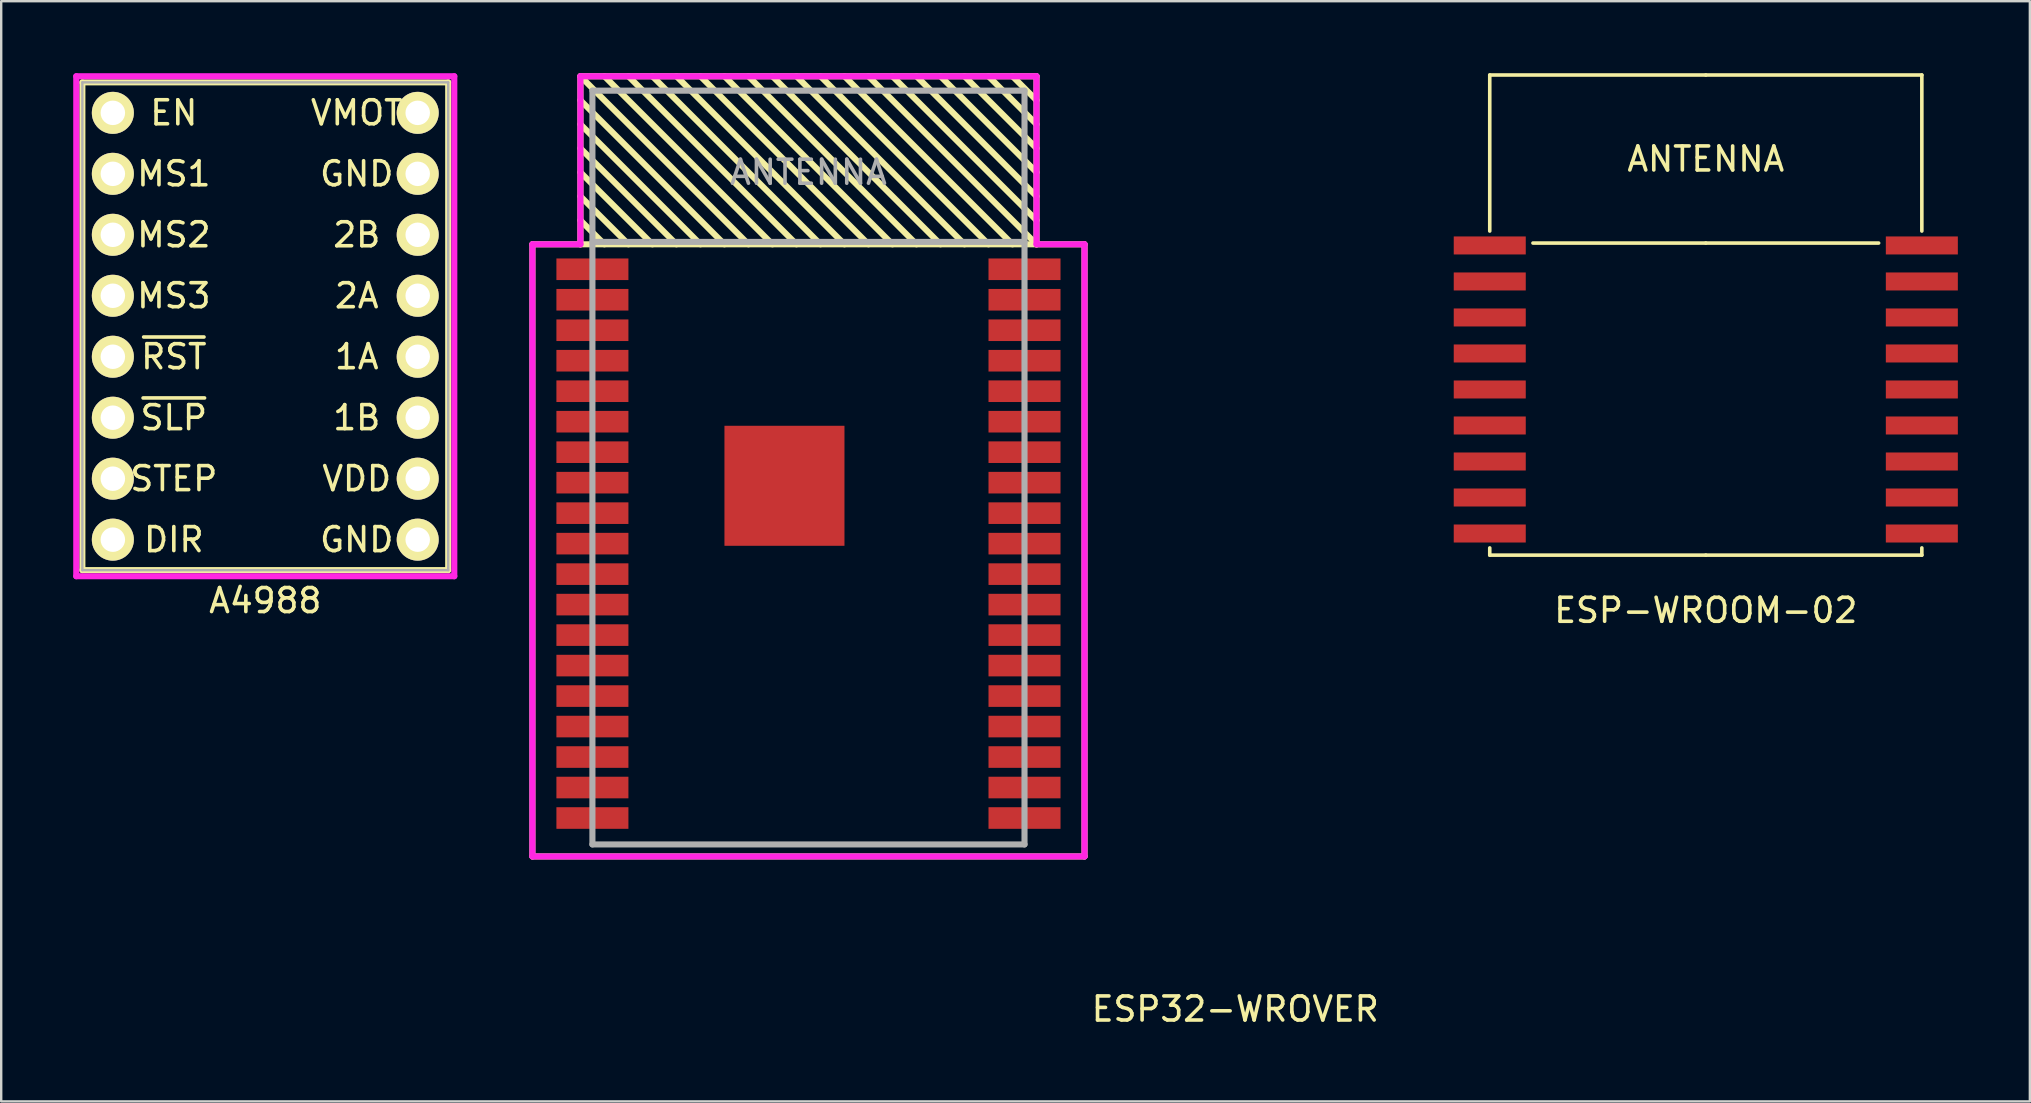
<source format=kicad_pcb>
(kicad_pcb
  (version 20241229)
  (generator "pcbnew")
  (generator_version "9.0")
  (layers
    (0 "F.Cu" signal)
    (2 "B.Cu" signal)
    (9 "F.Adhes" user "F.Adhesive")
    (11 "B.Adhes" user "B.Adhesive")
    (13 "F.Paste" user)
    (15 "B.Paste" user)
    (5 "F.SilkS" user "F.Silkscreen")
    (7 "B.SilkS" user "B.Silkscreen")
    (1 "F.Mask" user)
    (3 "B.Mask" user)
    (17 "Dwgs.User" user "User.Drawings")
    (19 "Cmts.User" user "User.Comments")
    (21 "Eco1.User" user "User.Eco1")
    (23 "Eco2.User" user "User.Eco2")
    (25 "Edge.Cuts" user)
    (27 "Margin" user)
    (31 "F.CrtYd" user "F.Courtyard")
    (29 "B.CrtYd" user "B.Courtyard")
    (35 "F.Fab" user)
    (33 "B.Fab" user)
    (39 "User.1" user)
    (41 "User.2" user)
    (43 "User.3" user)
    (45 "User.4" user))
  (footprint "A4988"
    (layer "F.Cu")
    (at 8.001 10.541)
    (property "Reference" "A4988" (at 0 11.43 0) (layer "F.SilkS") (effects (font (size 1 1) (thickness 0.15))))
    (attr through_hole)
    (fp_line (start -7.62 -10.16) (end -7.62 10.16) (stroke (width 0.254) (type solid)) (layer "F.SilkS"))
    (fp_line (start -7.62 10.16) (end 7.62 10.16) (stroke (width 0.254) (type solid)) (layer "F.SilkS"))
    (fp_line (start 7.62 -10.16) (end -7.62 -10.16) (stroke (width 0.254) (type solid)) (layer "F.SilkS"))
    (fp_line (start 7.62 10.16) (end 7.62 -10.16) (stroke (width 0.254) (type solid)) (layer "F.SilkS"))
    (fp_line (start -7.874 -10.414) (end -7.874 10.414) (stroke (width 0.254) (type solid)) (layer "F.CrtYd"))
    (fp_line (start -7.874 10.414) (end 7.874 10.414) (stroke (width 0.254) (type solid)) (layer "F.CrtYd"))
    (fp_line (start 7.874 -10.414) (end -7.874 -10.414) (stroke (width 0.254) (type solid)) (layer "F.CrtYd"))
    (fp_line (start 7.874 10.414) (end 7.874 -10.414) (stroke (width 0.254) (type solid)) (layer "F.CrtYd"))
    (fp_line (start -7.62 -10.16) (end 7.62 -10.16) (stroke (width 0.1) (type solid)) (layer "F.Fab"))
    (fp_line (start -7.62 10.16) (end -7.62 -10.16) (stroke (width 0.1) (type solid)) (layer "F.Fab"))
    (fp_line (start 7.62 -10.16) (end 7.62 10.16) (stroke (width 0.1) (type solid)) (layer "F.Fab"))
    (fp_line (start 7.62 10.16) (end -7.62 10.16) (stroke (width 0.1) (type solid)) (layer "F.Fab"))
    (fp_text user "GND" (at 3.81 8.89 0) (layer "F.SilkS") (effects (font (size 1 1) (thickness 0.15))))
    (fp_text user "2A" (at 3.81 -1.27 0) (layer "F.SilkS") (effects (font (size 1 1) (thickness 0.15))))
    (fp_text user "GND" (at 3.81 -6.35 0) (layer "F.SilkS") (effects (font (size 1 1) (thickness 0.15))))
    (fp_text user "~{RST}" (at -3.81 1.27 0) (layer "F.SilkS") (effects (font (size 1 1) (thickness 0.15))))
    (fp_text user "VMOT" (at 3.81 -8.89 0) (layer "F.SilkS") (effects (font (size 1 1) (thickness 0.15))))
    (fp_text user "1A" (at 3.81 1.27 0) (layer "F.SilkS") (effects (font (size 1 1) (thickness 0.15))))
    (fp_text user "2B" (at 3.81 -3.81 0) (layer "F.SilkS") (effects (font (size 1 1) (thickness 0.15))))
    (fp_text user "DIR" (at -3.81 8.89 0) (layer "F.SilkS") (effects (font (size 1 1) (thickness 0.15))))
    (fp_text user "VDD" (at 3.81 6.35 0) (layer "F.SilkS") (effects (font (size 1 1) (thickness 0.15))))
    (fp_text user "STEP" (at -3.81 6.35 0) (layer "F.SilkS") (effects (font (size 1 1) (thickness 0.15))))
    (fp_text user "1B" (at 3.81 3.81 0) (layer "F.SilkS") (effects (font (size 1 1) (thickness 0.15))))
    (fp_text user "~{SLP}" (at -3.81 3.81 0) (layer "F.SilkS") (effects (font (size 1 1) (thickness 0.15))))
    (fp_text user "MS3" (at -3.81 -1.27 0) (layer "F.SilkS") (effects (font (size 1 1) (thickness 0.15))))
    (fp_text user "MS2" (at -3.81 -3.81 0) (layer "F.SilkS") (effects (font (size 1 1) (thickness 0.15))))
    (fp_text user "MS1" (at -3.81 -6.35 0) (layer "F.SilkS") (effects (font (size 1 1) (thickness 0.15))))
    (fp_text user "EN" (at -3.81 -8.89 0) (layer "F.SilkS") (effects (font (size 1 1) (thickness 0.15))))
    (pad "1" thru_hole circle (at -6.35 -8.89) (size 1.75 1.75) (drill 1.02) (layers "*.Cu" "*.Mask" "F.SilkS"))
    (pad "2" thru_hole circle (at -6.35 -6.35) (size 1.75 1.75) (drill 1.02) (layers "*.Cu" "*.Mask" "F.SilkS"))
    (pad "3" thru_hole circle (at -6.35 -3.81) (size 1.75 1.75) (drill 1.02) (layers "*.Cu" "*.Mask" "F.SilkS"))
    (pad "4" thru_hole circle (at -6.35 -1.27) (size 1.75 1.75) (drill 1.02) (layers "*.Cu" "*.Mask" "F.SilkS"))
    (pad "5" thru_hole circle (at -6.35 1.27) (size 1.75 1.75) (drill 1.02) (layers "*.Cu" "*.Mask" "F.SilkS"))
    (pad "6" thru_hole circle (at -6.35 3.81) (size 1.75 1.75) (drill 1.02) (layers "*.Cu" "*.Mask" "F.SilkS"))
    (pad "7" thru_hole circle (at -6.35 6.35) (size 1.75 1.75) (drill 1.02) (layers "*.Cu" "*.Mask" "F.SilkS"))
    (pad "8" thru_hole circle (at -6.35 8.89) (size 1.75 1.75) (drill 1.02) (layers "*.Cu" "*.Mask" "F.SilkS"))
    (pad "9" thru_hole circle (at 6.35 8.89) (size 1.75 1.75) (drill 1.02) (layers "*.Cu" "*.Mask" "F.SilkS"))
    (pad "10" thru_hole circle (at 6.35 6.35) (size 1.75 1.75) (drill 1.02) (layers "*.Cu" "*.Mask" "F.SilkS"))
    (pad "11" thru_hole circle (at 6.35 3.81) (size 1.75 1.75) (drill 1.02) (layers "*.Cu" "*.Mask" "F.SilkS"))
    (pad "12" thru_hole circle (at 6.35 1.27) (size 1.75 1.75) (drill 1.02) (layers "*.Cu" "*.Mask" "F.SilkS"))
    (pad "13" thru_hole circle (at 6.35 -1.27) (size 1.75 1.75) (drill 1.02) (layers "*.Cu" "*.Mask" "F.SilkS"))
    (pad "14" thru_hole circle (at 6.35 -3.81) (size 1.75 1.75) (drill 1.02) (layers "*.Cu" "*.Mask" "F.SilkS"))
    (pad "15" thru_hole circle (at 6.35 -6.35) (size 1.75 1.75) (drill 1.02) (layers "*.Cu" "*.Mask" "F.SilkS"))
    (pad "16" thru_hole circle (at 6.35 -8.89) (size 1.75 1.75) (drill 1.02) (layers "*.Cu" "*.Mask" "F.SilkS")))
  (footprint "ESP-WROOM-02"
    (layer "F.Cu")
    (at 68.01 20.075)
    (property "Reference" "ESP-WROOM-02" (at 0 2.3 0) (layer "F.SilkS") (effects (font (size 1 1) (thickness 0.15))))
    (attr through_hole)
    (fp_line (start -9 -20) (end -9 -13.5) (stroke (width 0.15) (type solid)) (layer "F.SilkS"))
    (fp_line (start -9 0) (end -9 -0.3) (stroke (width 0.15) (type solid)) (layer "F.SilkS"))
    (fp_line (start -9 0) (end 0 0) (stroke (width 0.15) (type solid)) (layer "F.SilkS"))
    (fp_line (start -7.2 -13) (end 0 -13) (stroke (width 0.15) (type solid)) (layer "F.SilkS"))
    (fp_line (start 0 -20) (end -9 -20) (stroke (width 0.15) (type solid)) (layer "F.SilkS"))
    (fp_line (start 0 -13) (end 7.2 -13) (stroke (width 0.15) (type solid)) (layer "F.SilkS"))
    (fp_line (start 0 0) (end 9 0) (stroke (width 0.15) (type solid)) (layer "F.SilkS"))
    (fp_line (start 9 -20) (end 0 -20) (stroke (width 0.15) (type solid)) (layer "F.SilkS"))
    (fp_line (start 9 -20) (end 9 -13.5) (stroke (width 0.15) (type solid)) (layer "F.SilkS"))
    (fp_line (start 9 0) (end 9 -0.3) (stroke (width 0.15) (type solid)) (layer "F.SilkS"))
    (fp_text user "ANTENNA" (at 0 -16.5 0) (layer "F.SilkS") (effects (font (size 1 1) (thickness 0.15))))
    (pad "1" smd rect (at -9 -12.9) (size 3 0.75) (layers "F.Cu" "F.Mask" "F.Paste"))
    (pad "2" smd rect (at -9 -11.4) (size 3 0.75) (layers "F.Cu" "F.Mask" "F.Paste"))
    (pad "3" smd rect (at -9 -9.9) (size 3 0.75) (layers "F.Cu" "F.Mask" "F.Paste"))
    (pad "4" smd rect (at -9 -8.4) (size 3 0.75) (layers "F.Cu" "F.Mask" "F.Paste"))
    (pad "5" smd rect (at -9 -6.9) (size 3 0.75) (layers "F.Cu" "F.Mask" "F.Paste"))
    (pad "6" smd rect (at -9 -5.4) (size 3 0.75) (layers "F.Cu" "F.Mask" "F.Paste"))
    (pad "7" smd rect (at -9 -3.9) (size 3 0.75) (layers "F.Cu" "F.Mask" "F.Paste"))
    (pad "8" smd rect (at -9 -2.4) (size 3 0.75) (layers "F.Cu" "F.Mask" "F.Paste"))
    (pad "9" smd rect (at -9 -0.9) (size 3 0.75) (layers "F.Cu" "F.Mask" "F.Paste"))
    (pad "10" smd rect (at 9 -0.9) (size 3 0.75) (layers "F.Cu" "F.Mask" "F.Paste"))
    (pad "11" smd rect (at 9 -2.4) (size 3 0.75) (layers "F.Cu" "F.Mask" "F.Paste"))
    (pad "12" smd rect (at 9 -3.9) (size 3 0.75) (layers "F.Cu" "F.Mask" "F.Paste"))
    (pad "13" smd rect (at 9 -5.4) (size 3 0.75) (layers "F.Cu" "F.Mask" "F.Paste"))
    (pad "14" smd rect (at 9 -6.9) (size 3 0.75) (layers "F.Cu" "F.Mask" "F.Paste"))
    (pad "15" smd rect (at 9 -8.4) (size 3 0.75) (layers "F.Cu" "F.Mask" "F.Paste"))
    (pad "16" smd rect (at 9 -9.9) (size 3 0.75) (layers "F.Cu" "F.Mask" "F.Paste"))
    (pad "17" smd rect (at 9 -11.4) (size 3 0.75) (layers "F.Cu" "F.Mask" "F.Paste"))
    (pad "18" smd rect (at 9 -12.9) (size 3 0.75) (layers "F.Cu" "F.Mask" "F.Paste")))
  (footprint "ESP32-WROVER"
    (layer "F.Cu")
    (at 30.629 32.127)
    (property "Reference" "ESP32-WROVER" (at 17.78 6.858 0) (layer "F.SilkS") (effects (font (size 1 1) (thickness 0.15))))
    (attr through_hole)
    (fp_line (start -11.5 -25) (end -11.5 0.5) (stroke (width 0.254) (type solid)) (layer "F.SilkS"))
    (fp_line (start -11.5 -25) (end -9.5 -25) (stroke (width 0.254) (type solid)) (layer "F.SilkS"))
    (fp_line (start -11.5 0.5) (end 11.5 0.5) (stroke (width 0.254) (type solid)) (layer "F.SilkS"))
    (fp_line (start -9.5 -32) (end -9.5 -25) (stroke (width 0.254) (type solid)) (layer "F.SilkS"))
    (fp_line (start -9.5 -32) (end -2.5 -25) (stroke (width 0.254) (type solid)) (layer "F.SilkS"))
    (fp_line (start -9.5 -31) (end -3.5 -25) (stroke (width 0.254) (type solid)) (layer "F.SilkS"))
    (fp_line (start -9.5 -30) (end -4.5 -25) (stroke (width 0.254) (type solid)) (layer "F.SilkS"))
    (fp_line (start -9.5 -29) (end -5.5 -25) (stroke (width 0.254) (type solid)) (layer "F.SilkS"))
    (fp_line (start -9.5 -28) (end -6.5 -25) (stroke (width 0.254) (type solid)) (layer "F.SilkS"))
    (fp_line (start -9.5 -27) (end -7.5 -25) (stroke (width 0.254) (type solid)) (layer "F.SilkS"))
    (fp_line (start -9.5 -26) (end -8.5 -25) (stroke (width 0.254) (type solid)) (layer "F.SilkS"))
    (fp_line (start -9.5 -25) (end 9.5 -25) (stroke (width 0.254) (type solid)) (layer "F.SilkS"))
    (fp_line (start -8.5 -32) (end -1.5 -25) (stroke (width 0.254) (type solid)) (layer "F.SilkS"))
    (fp_line (start -7.5 -32) (end -0.5 -25) (stroke (width 0.254) (type solid)) (layer "F.SilkS"))
    (fp_line (start -6.5 -32) (end 0.5 -25) (stroke (width 0.254) (type solid)) (layer "F.SilkS"))
    (fp_line (start -5.5 -32) (end 1.5 -25) (stroke (width 0.254) (type solid)) (layer "F.SilkS"))
    (fp_line (start -4.5 -32) (end 2.5 -25) (stroke (width 0.254) (type solid)) (layer "F.SilkS"))
    (fp_line (start -3.5 -32) (end 3.5 -25) (stroke (width 0.254) (type solid)) (layer "F.SilkS"))
    (fp_line (start -2.5 -32) (end 4.5 -25) (stroke (width 0.254) (type solid)) (layer "F.SilkS"))
    (fp_line (start -1.5 -32) (end 5.5 -25) (stroke (width 0.254) (type solid)) (layer "F.SilkS"))
    (fp_line (start -0.5 -32) (end 6.5 -25) (stroke (width 0.254) (type solid)) (layer "F.SilkS"))
    (fp_line (start 0.5 -32) (end 7.5 -25) (stroke (width 0.254) (type solid)) (layer "F.SilkS"))
    (fp_line (start 1.5 -32) (end 8.5 -25) (stroke (width 0.254) (type solid)) (layer "F.SilkS"))
    (fp_line (start 2.5 -32) (end 9.5 -25) (stroke (width 0.254) (type solid)) (layer "F.SilkS"))
    (fp_line (start 3.5 -32) (end 9.5 -26) (stroke (width 0.254) (type solid)) (layer "F.SilkS"))
    (fp_line (start 4.5 -32) (end 9.5 -27) (stroke (width 0.254) (type solid)) (layer "F.SilkS"))
    (fp_line (start 5.5 -32) (end 9.5 -28) (stroke (width 0.254) (type solid)) (layer "F.SilkS"))
    (fp_line (start 6.5 -32) (end 9.5 -29) (stroke (width 0.254) (type solid)) (layer "F.SilkS"))
    (fp_line (start 7.5 -32) (end 9.5 -30) (stroke (width 0.254) (type solid)) (layer "F.SilkS"))
    (fp_line (start 8.5 -32) (end 9.5 -31) (stroke (width 0.254) (type solid)) (layer "F.SilkS"))
    (fp_line (start 9.5 -32) (end -9.5 -32) (stroke (width 0.254) (type solid)) (layer "F.SilkS"))
    (fp_line (start 9.5 -25) (end 9.5 -32) (stroke (width 0.254) (type solid)) (layer "F.SilkS"))
    (fp_line (start 11.5 -25) (end 9.5 -25) (stroke (width 0.254) (type solid)) (layer "F.SilkS"))
    (fp_line (start 11.5 0.5) (end 11.5 -25) (stroke (width 0.254) (type solid)) (layer "F.SilkS"))
    (fp_line (start -11.5 -25) (end -9.5 -25) (stroke (width 0.254) (type solid)) (layer "F.CrtYd"))
    (fp_line (start -11.5 0.5) (end -11.5 -25) (stroke (width 0.254) (type solid)) (layer "F.CrtYd"))
    (fp_line (start -9.5 -32) (end 9.5 -32) (stroke (width 0.254) (type solid)) (layer "F.CrtYd"))
    (fp_line (start -9.5 -25) (end -9.5 -32) (stroke (width 0.254) (type solid)) (layer "F.CrtYd"))
    (fp_line (start 9.5 -32) (end 9.5 -25) (stroke (width 0.254) (type solid)) (layer "F.CrtYd"))
    (fp_line (start 9.5 -25) (end 11.5 -25) (stroke (width 0.254) (type solid)) (layer "F.CrtYd"))
    (fp_line (start 11.5 -25) (end 11.5 0.5) (stroke (width 0.254) (type solid)) (layer "F.CrtYd"))
    (fp_line (start 11.5 0.5) (end -11.5 0.5) (stroke (width 0.254) (type solid)) (layer "F.CrtYd"))
    (fp_line (start -9 -31.4) (end -9 0) (stroke (width 0.254) (type solid)) (layer "F.Fab"))
    (fp_line (start -9 -25.1) (end 9 -25.1) (stroke (width 0.254) (type solid)) (layer "F.Fab"))
    (fp_line (start -9 0) (end 9 0) (stroke (width 0.254) (type solid)) (layer "F.Fab"))
    (fp_line (start 9 -31.4) (end -9 -31.4) (stroke (width 0.254) (type solid)) (layer "F.Fab"))
    (fp_line (start 9 0) (end 9 -31.4) (stroke (width 0.254) (type solid)) (layer "F.Fab"))
    (fp_text user "ANTENNA" (at 0 -28 0) (layer "F.Fab") (effects (font (size 1 1) (thickness 0.15))))
    (pad "1" smd rect (at -9 -23.96) (size 3 0.9) (layers "F.Cu" "F.Mask" "F.Paste"))
    (pad "2" smd rect (at -9 -22.69) (size 3 0.9) (layers "F.Cu" "F.Mask" "F.Paste"))
    (pad "3" smd rect (at -9 -21.42) (size 3 0.9) (layers "F.Cu" "F.Mask" "F.Paste"))
    (pad "4" smd rect (at -9 -20.15) (size 3 0.9) (layers "F.Cu" "F.Mask" "F.Paste"))
    (pad "5" smd rect (at -9 -18.88) (size 3 0.9) (layers "F.Cu" "F.Mask" "F.Paste"))
    (pad "6" smd rect (at -9 -17.61) (size 3 0.9) (layers "F.Cu" "F.Mask" "F.Paste"))
    (pad "7" smd rect (at -9 -16.34) (size 3 0.9) (layers "F.Cu" "F.Mask" "F.Paste"))
    (pad "8" smd rect (at -9 -15.07) (size 3 0.9) (layers "F.Cu" "F.Mask" "F.Paste"))
    (pad "9" smd rect (at -9 -13.8) (size 3 0.9) (layers "F.Cu" "F.Mask" "F.Paste"))
    (pad "10" smd rect (at -9 -12.53) (size 3 0.9) (layers "F.Cu" "F.Mask" "F.Paste"))
    (pad "11" smd rect (at -9 -11.26) (size 3 0.9) (layers "F.Cu" "F.Mask" "F.Paste"))
    (pad "12" smd rect (at -9 -9.99) (size 3 0.9) (layers "F.Cu" "F.Mask" "F.Paste"))
    (pad "13" smd rect (at -9 -8.72) (size 3 0.9) (layers "F.Cu" "F.Mask" "F.Paste"))
    (pad "14" smd rect (at -9 -7.45) (size 3 0.9) (layers "F.Cu" "F.Mask" "F.Paste"))
    (pad "15" smd rect (at -9 -6.18) (size 3 0.9) (layers "F.Cu" "F.Mask" "F.Paste"))
    (pad "16" smd rect (at -9 -4.91) (size 3 0.9) (layers "F.Cu" "F.Mask" "F.Paste"))
    (pad "17" smd rect (at -9 -3.64) (size 3 0.9) (layers "F.Cu" "F.Mask" "F.Paste"))
    (pad "18" smd rect (at -9 -2.37) (size 3 0.9) (layers "F.Cu" "F.Mask" "F.Paste"))
    (pad "19" smd rect (at -9 -1.1) (size 3 0.9) (layers "F.Cu" "F.Mask" "F.Paste"))
    (pad "20" smd rect (at 9 -1.1) (size 3 0.9) (layers "F.Cu" "F.Mask" "F.Paste"))
    (pad "21" smd rect (at 9 -2.37) (size 3 0.9) (layers "F.Cu" "F.Mask" "F.Paste"))
    (pad "22" smd rect (at 9 -3.64) (size 3 0.9) (layers "F.Cu" "F.Mask" "F.Paste"))
    (pad "23" smd rect (at 9 -4.91) (size 3 0.9) (layers "F.Cu" "F.Mask" "F.Paste"))
    (pad "24" smd rect (at 9 -6.18) (size 3 0.9) (layers "F.Cu" "F.Mask" "F.Paste"))
    (pad "25" smd rect (at 9 -7.45) (size 3 0.9) (layers "F.Cu" "F.Mask" "F.Paste"))
    (pad "26" smd rect (at 9 -8.72) (size 3 0.9) (layers "F.Cu" "F.Mask" "F.Paste"))
    (pad "27" smd rect (at 9 -9.99) (size 3 0.9) (layers "F.Cu" "F.Mask" "F.Paste"))
    (pad "28" smd rect (at 9 -11.26) (size 3 0.9) (layers "F.Cu" "F.Mask" "F.Paste"))
    (pad "29" smd rect (at 9 -12.53) (size 3 0.9) (layers "F.Cu" "F.Mask" "F.Paste"))
    (pad "30" smd rect (at 9 -13.8) (size 3 0.9) (layers "F.Cu" "F.Mask" "F.Paste"))
    (pad "31" smd rect (at 9 -15.07) (size 3 0.9) (layers "F.Cu" "F.Mask" "F.Paste"))
    (pad "32" smd rect (at 9 -16.34) (size 3 0.9) (layers "F.Cu" "F.Mask" "F.Paste"))
    (pad "33" smd rect (at 9 -17.61) (size 3 0.9) (layers "F.Cu" "F.Mask" "F.Paste"))
    (pad "34" smd rect (at 9 -18.88) (size 3 0.9) (layers "F.Cu" "F.Mask" "F.Paste"))
    (pad "35" smd rect (at 9 -20.15) (size 3 0.9) (layers "F.Cu" "F.Mask" "F.Paste"))
    (pad "36" smd rect (at 9 -21.42) (size 3 0.9) (layers "F.Cu" "F.Mask" "F.Paste"))
    (pad "37" smd rect (at 9 -22.69) (size 3 0.9) (layers "F.Cu" "F.Mask" "F.Paste"))
    (pad "38" smd rect (at 9 -23.96) (size 3 0.9) (layers "F.Cu" "F.Mask" "F.Paste"))
    (pad "39" smd rect (at -1 -14.94) (size 5 5) (layers "F.Cu" "F.Mask" "F.Paste")))
  (gr_rect
    (start -3 -3)
    (end 81.51 42.833)
    (stroke (width 0.1) (type default))
    (fill no)
    (layer "Edge.Cuts")))
</source>
